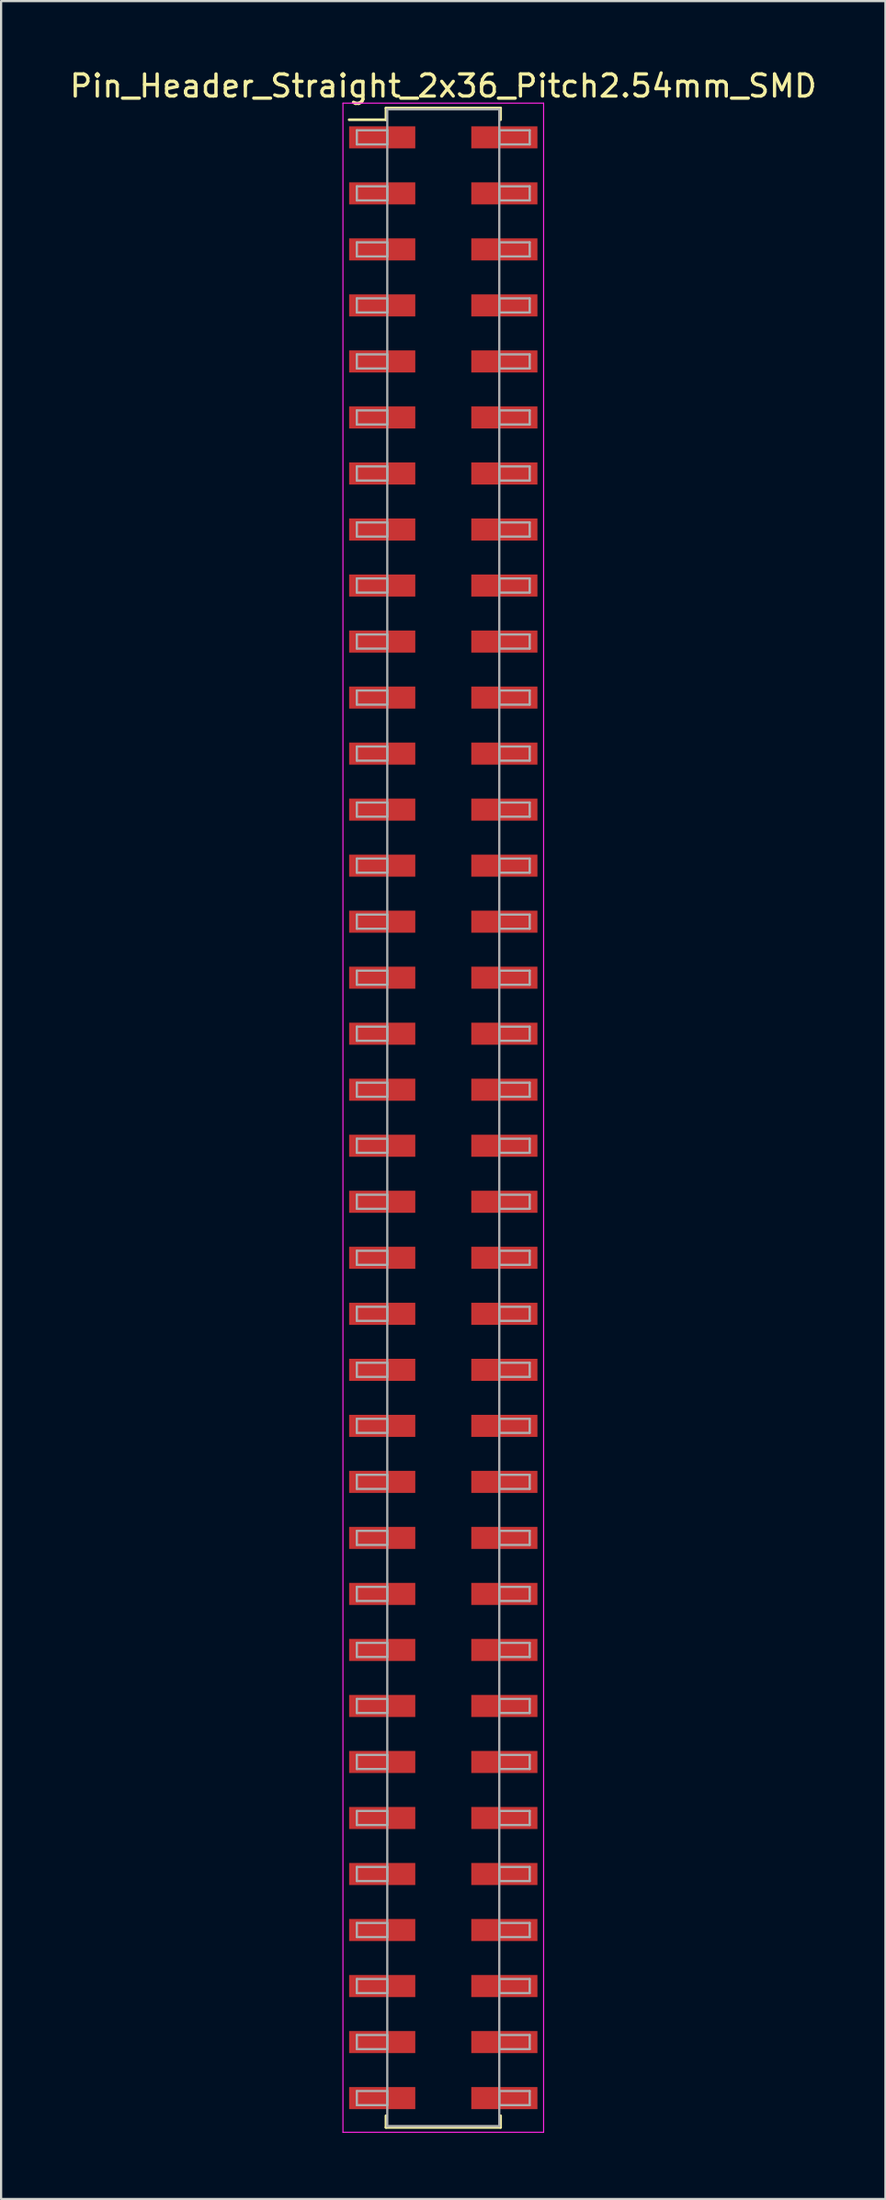
<source format=kicad_pcb>
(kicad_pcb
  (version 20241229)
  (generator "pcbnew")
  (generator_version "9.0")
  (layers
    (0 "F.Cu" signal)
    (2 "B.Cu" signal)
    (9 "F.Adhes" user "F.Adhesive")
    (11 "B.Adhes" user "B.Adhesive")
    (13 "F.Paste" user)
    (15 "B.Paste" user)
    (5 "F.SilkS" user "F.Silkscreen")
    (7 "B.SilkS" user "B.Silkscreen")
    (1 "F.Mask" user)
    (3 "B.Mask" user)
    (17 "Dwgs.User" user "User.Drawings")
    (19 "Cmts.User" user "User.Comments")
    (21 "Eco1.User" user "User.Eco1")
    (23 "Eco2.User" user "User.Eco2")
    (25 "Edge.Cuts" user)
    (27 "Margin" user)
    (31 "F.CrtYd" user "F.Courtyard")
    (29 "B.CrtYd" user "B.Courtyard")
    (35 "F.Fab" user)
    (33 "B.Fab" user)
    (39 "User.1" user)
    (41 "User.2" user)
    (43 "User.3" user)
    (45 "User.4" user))
  (footprint "Pin_Header_Straight_2x36_Pitch2.54mm_SMD"
    (layer "F.Cu")
    (at 17.054 47.628)
    (property "Reference" "Pin_Header_Straight_2x36_Pitch2.54mm_SMD" (at 0 -46.78 0) (layer "F.SilkS") (effects (font (size 1 1) (thickness 0.15))))
    (attr smd)
    (fp_line (start -4.27 -45.25) (end -2.6 -45.25) (stroke (width 0.12) (type solid)) (layer "F.SilkS"))
    (fp_line (start -2.6 -45.78) (end 2.6 -45.78) (stroke (width 0.12) (type solid)) (layer "F.SilkS"))
    (fp_line (start -2.6 -45.25) (end -2.6 -45.78) (stroke (width 0.12) (type solid)) (layer "F.SilkS"))
    (fp_line (start -2.6 45.25) (end -2.6 45.78) (stroke (width 0.12) (type solid)) (layer "F.SilkS"))
    (fp_line (start -2.6 45.78) (end 2.6 45.78) (stroke (width 0.12) (type solid)) (layer "F.SilkS"))
    (fp_line (start 2.6 -45.78) (end 2.6 -45.25) (stroke (width 0.12) (type solid)) (layer "F.SilkS"))
    (fp_line (start 2.6 45.78) (end 2.6 45.25) (stroke (width 0.12) (type solid)) (layer "F.SilkS"))
    (fp_line (start -4.55 -46) (end -4.55 46) (stroke (width 0.05) (type solid)) (layer "F.CrtYd"))
    (fp_line (start -4.55 46) (end 4.55 46) (stroke (width 0.05) (type solid)) (layer "F.CrtYd"))
    (fp_line (start 4.55 -46) (end -4.55 -46) (stroke (width 0.05) (type solid)) (layer "F.CrtYd"))
    (fp_line (start 4.55 46) (end 4.55 -46) (stroke (width 0.05) (type solid)) (layer "F.CrtYd"))
    (fp_line (start -3.92 -44.77) (end -2.54 -44.77) (stroke (width 0.1) (type solid)) (layer "F.Fab"))
    (fp_line (start -3.92 -44.13) (end -3.92 -44.77) (stroke (width 0.1) (type solid)) (layer "F.Fab"))
    (fp_line (start -3.92 -42.23) (end -2.54 -42.23) (stroke (width 0.1) (type solid)) (layer "F.Fab"))
    (fp_line (start -3.92 -41.59) (end -3.92 -42.23) (stroke (width 0.1) (type solid)) (layer "F.Fab"))
    (fp_line (start -3.92 -39.69) (end -2.54 -39.69) (stroke (width 0.1) (type solid)) (layer "F.Fab"))
    (fp_line (start -3.92 -39.05) (end -3.92 -39.69) (stroke (width 0.1) (type solid)) (layer "F.Fab"))
    (fp_line (start -3.92 -37.15) (end -2.54 -37.15) (stroke (width 0.1) (type solid)) (layer "F.Fab"))
    (fp_line (start -3.92 -36.51) (end -3.92 -37.15) (stroke (width 0.1) (type solid)) (layer "F.Fab"))
    (fp_line (start -3.92 -34.61) (end -2.54 -34.61) (stroke (width 0.1) (type solid)) (layer "F.Fab"))
    (fp_line (start -3.92 -33.97) (end -3.92 -34.61) (stroke (width 0.1) (type solid)) (layer "F.Fab"))
    (fp_line (start -3.92 -32.07) (end -2.54 -32.07) (stroke (width 0.1) (type solid)) (layer "F.Fab"))
    (fp_line (start -3.92 -31.43) (end -3.92 -32.07) (stroke (width 0.1) (type solid)) (layer "F.Fab"))
    (fp_line (start -3.92 -29.53) (end -2.54 -29.53) (stroke (width 0.1) (type solid)) (layer "F.Fab"))
    (fp_line (start -3.92 -28.89) (end -3.92 -29.53) (stroke (width 0.1) (type solid)) (layer "F.Fab"))
    (fp_line (start -3.92 -26.99) (end -2.54 -26.99) (stroke (width 0.1) (type solid)) (layer "F.Fab"))
    (fp_line (start -3.92 -26.35) (end -3.92 -26.99) (stroke (width 0.1) (type solid)) (layer "F.Fab"))
    (fp_line (start -3.92 -24.45) (end -2.54 -24.45) (stroke (width 0.1) (type solid)) (layer "F.Fab"))
    (fp_line (start -3.92 -23.81) (end -3.92 -24.45) (stroke (width 0.1) (type solid)) (layer "F.Fab"))
    (fp_line (start -3.92 -21.91) (end -2.54 -21.91) (stroke (width 0.1) (type solid)) (layer "F.Fab"))
    (fp_line (start -3.92 -21.27) (end -3.92 -21.91) (stroke (width 0.1) (type solid)) (layer "F.Fab"))
    (fp_line (start -3.92 -19.37) (end -2.54 -19.37) (stroke (width 0.1) (type solid)) (layer "F.Fab"))
    (fp_line (start -3.92 -18.73) (end -3.92 -19.37) (stroke (width 0.1) (type solid)) (layer "F.Fab"))
    (fp_line (start -3.92 -16.83) (end -2.54 -16.83) (stroke (width 0.1) (type solid)) (layer "F.Fab"))
    (fp_line (start -3.92 -16.19) (end -3.92 -16.83) (stroke (width 0.1) (type solid)) (layer "F.Fab"))
    (fp_line (start -3.92 -14.29) (end -2.54 -14.29) (stroke (width 0.1) (type solid)) (layer "F.Fab"))
    (fp_line (start -3.92 -13.65) (end -3.92 -14.29) (stroke (width 0.1) (type solid)) (layer "F.Fab"))
    (fp_line (start -3.92 -11.75) (end -2.54 -11.75) (stroke (width 0.1) (type solid)) (layer "F.Fab"))
    (fp_line (start -3.92 -11.11) (end -3.92 -11.75) (stroke (width 0.1) (type solid)) (layer "F.Fab"))
    (fp_line (start -3.92 -9.21) (end -2.54 -9.21) (stroke (width 0.1) (type solid)) (layer "F.Fab"))
    (fp_line (start -3.92 -8.57) (end -3.92 -9.21) (stroke (width 0.1) (type solid)) (layer "F.Fab"))
    (fp_line (start -3.92 -6.67) (end -2.54 -6.67) (stroke (width 0.1) (type solid)) (layer "F.Fab"))
    (fp_line (start -3.92 -6.03) (end -3.92 -6.67) (stroke (width 0.1) (type solid)) (layer "F.Fab"))
    (fp_line (start -3.92 -4.13) (end -2.54 -4.13) (stroke (width 0.1) (type solid)) (layer "F.Fab"))
    (fp_line (start -3.92 -3.49) (end -3.92 -4.13) (stroke (width 0.1) (type solid)) (layer "F.Fab"))
    (fp_line (start -3.92 -1.59) (end -2.54 -1.59) (stroke (width 0.1) (type solid)) (layer "F.Fab"))
    (fp_line (start -3.92 -0.95) (end -3.92 -1.59) (stroke (width 0.1) (type solid)) (layer "F.Fab"))
    (fp_line (start -3.92 0.95) (end -2.54 0.95) (stroke (width 0.1) (type solid)) (layer "F.Fab"))
    (fp_line (start -3.92 1.59) (end -3.92 0.95) (stroke (width 0.1) (type solid)) (layer "F.Fab"))
    (fp_line (start -3.92 3.49) (end -2.54 3.49) (stroke (width 0.1) (type solid)) (layer "F.Fab"))
    (fp_line (start -3.92 4.13) (end -3.92 3.49) (stroke (width 0.1) (type solid)) (layer "F.Fab"))
    (fp_line (start -3.92 6.03) (end -2.54 6.03) (stroke (width 0.1) (type solid)) (layer "F.Fab"))
    (fp_line (start -3.92 6.67) (end -3.92 6.03) (stroke (width 0.1) (type solid)) (layer "F.Fab"))
    (fp_line (start -3.92 8.57) (end -2.54 8.57) (stroke (width 0.1) (type solid)) (layer "F.Fab"))
    (fp_line (start -3.92 9.21) (end -3.92 8.57) (stroke (width 0.1) (type solid)) (layer "F.Fab"))
    (fp_line (start -3.92 11.11) (end -2.54 11.11) (stroke (width 0.1) (type solid)) (layer "F.Fab"))
    (fp_line (start -3.92 11.75) (end -3.92 11.11) (stroke (width 0.1) (type solid)) (layer "F.Fab"))
    (fp_line (start -3.92 13.65) (end -2.54 13.65) (stroke (width 0.1) (type solid)) (layer "F.Fab"))
    (fp_line (start -3.92 14.29) (end -3.92 13.65) (stroke (width 0.1) (type solid)) (layer "F.Fab"))
    (fp_line (start -3.92 16.19) (end -2.54 16.19) (stroke (width 0.1) (type solid)) (layer "F.Fab"))
    (fp_line (start -3.92 16.83) (end -3.92 16.19) (stroke (width 0.1) (type solid)) (layer "F.Fab"))
    (fp_line (start -3.92 18.73) (end -2.54 18.73) (stroke (width 0.1) (type solid)) (layer "F.Fab"))
    (fp_line (start -3.92 19.37) (end -3.92 18.73) (stroke (width 0.1) (type solid)) (layer "F.Fab"))
    (fp_line (start -3.92 21.27) (end -2.54 21.27) (stroke (width 0.1) (type solid)) (layer "F.Fab"))
    (fp_line (start -3.92 21.91) (end -3.92 21.27) (stroke (width 0.1) (type solid)) (layer "F.Fab"))
    (fp_line (start -3.92 23.81) (end -2.54 23.81) (stroke (width 0.1) (type solid)) (layer "F.Fab"))
    (fp_line (start -3.92 24.45) (end -3.92 23.81) (stroke (width 0.1) (type solid)) (layer "F.Fab"))
    (fp_line (start -3.92 26.35) (end -2.54 26.35) (stroke (width 0.1) (type solid)) (layer "F.Fab"))
    (fp_line (start -3.92 26.99) (end -3.92 26.35) (stroke (width 0.1) (type solid)) (layer "F.Fab"))
    (fp_line (start -3.92 28.89) (end -2.54 28.89) (stroke (width 0.1) (type solid)) (layer "F.Fab"))
    (fp_line (start -3.92 29.53) (end -3.92 28.89) (stroke (width 0.1) (type solid)) (layer "F.Fab"))
    (fp_line (start -3.92 31.43) (end -2.54 31.43) (stroke (width 0.1) (type solid)) (layer "F.Fab"))
    (fp_line (start -3.92 32.07) (end -3.92 31.43) (stroke (width 0.1) (type solid)) (layer "F.Fab"))
    (fp_line (start -3.92 33.97) (end -2.54 33.97) (stroke (width 0.1) (type solid)) (layer "F.Fab"))
    (fp_line (start -3.92 34.61) (end -3.92 33.97) (stroke (width 0.1) (type solid)) (layer "F.Fab"))
    (fp_line (start -3.92 36.51) (end -2.54 36.51) (stroke (width 0.1) (type solid)) (layer "F.Fab"))
    (fp_line (start -3.92 37.15) (end -3.92 36.51) (stroke (width 0.1) (type solid)) (layer "F.Fab"))
    (fp_line (start -3.92 39.05) (end -2.54 39.05) (stroke (width 0.1) (type solid)) (layer "F.Fab"))
    (fp_line (start -3.92 39.69) (end -3.92 39.05) (stroke (width 0.1) (type solid)) (layer "F.Fab"))
    (fp_line (start -3.92 41.59) (end -2.54 41.59) (stroke (width 0.1) (type solid)) (layer "F.Fab"))
    (fp_line (start -3.92 42.23) (end -3.92 41.59) (stroke (width 0.1) (type solid)) (layer "F.Fab"))
    (fp_line (start -3.92 44.13) (end -2.54 44.13) (stroke (width 0.1) (type solid)) (layer "F.Fab"))
    (fp_line (start -3.92 44.77) (end -3.92 44.13) (stroke (width 0.1) (type solid)) (layer "F.Fab"))
    (fp_line (start -2.54 -45.72) (end -2.54 45.72) (stroke (width 0.1) (type solid)) (layer "F.Fab"))
    (fp_line (start -2.54 -44.77) (end -2.54 -44.13) (stroke (width 0.1) (type solid)) (layer "F.Fab"))
    (fp_line (start -2.54 -44.13) (end -3.92 -44.13) (stroke (width 0.1) (type solid)) (layer "F.Fab"))
    (fp_line (start -2.54 -42.23) (end -2.54 -41.59) (stroke (width 0.1) (type solid)) (layer "F.Fab"))
    (fp_line (start -2.54 -41.59) (end -3.92 -41.59) (stroke (width 0.1) (type solid)) (layer "F.Fab"))
    (fp_line (start -2.54 -39.69) (end -2.54 -39.05) (stroke (width 0.1) (type solid)) (layer "F.Fab"))
    (fp_line (start -2.54 -39.05) (end -3.92 -39.05) (stroke (width 0.1) (type solid)) (layer "F.Fab"))
    (fp_line (start -2.54 -37.15) (end -2.54 -36.51) (stroke (width 0.1) (type solid)) (layer "F.Fab"))
    (fp_line (start -2.54 -36.51) (end -3.92 -36.51) (stroke (width 0.1) (type solid)) (layer "F.Fab"))
    (fp_line (start -2.54 -34.61) (end -2.54 -33.97) (stroke (width 0.1) (type solid)) (layer "F.Fab"))
    (fp_line (start -2.54 -33.97) (end -3.92 -33.97) (stroke (width 0.1) (type solid)) (layer "F.Fab"))
    (fp_line (start -2.54 -32.07) (end -2.54 -31.43) (stroke (width 0.1) (type solid)) (layer "F.Fab"))
    (fp_line (start -2.54 -31.43) (end -3.92 -31.43) (stroke (width 0.1) (type solid)) (layer "F.Fab"))
    (fp_line (start -2.54 -29.53) (end -2.54 -28.89) (stroke (width 0.1) (type solid)) (layer "F.Fab"))
    (fp_line (start -2.54 -28.89) (end -3.92 -28.89) (stroke (width 0.1) (type solid)) (layer "F.Fab"))
    (fp_line (start -2.54 -26.99) (end -2.54 -26.35) (stroke (width 0.1) (type solid)) (layer "F.Fab"))
    (fp_line (start -2.54 -26.35) (end -3.92 -26.35) (stroke (width 0.1) (type solid)) (layer "F.Fab"))
    (fp_line (start -2.54 -24.45) (end -2.54 -23.81) (stroke (width 0.1) (type solid)) (layer "F.Fab"))
    (fp_line (start -2.54 -23.81) (end -3.92 -23.81) (stroke (width 0.1) (type solid)) (layer "F.Fab"))
    (fp_line (start -2.54 -21.91) (end -2.54 -21.27) (stroke (width 0.1) (type solid)) (layer "F.Fab"))
    (fp_line (start -2.54 -21.27) (end -3.92 -21.27) (stroke (width 0.1) (type solid)) (layer "F.Fab"))
    (fp_line (start -2.54 -19.37) (end -2.54 -18.73) (stroke (width 0.1) (type solid)) (layer "F.Fab"))
    (fp_line (start -2.54 -18.73) (end -3.92 -18.73) (stroke (width 0.1) (type solid)) (layer "F.Fab"))
    (fp_line (start -2.54 -16.83) (end -2.54 -16.19) (stroke (width 0.1) (type solid)) (layer "F.Fab"))
    (fp_line (start -2.54 -16.19) (end -3.92 -16.19) (stroke (width 0.1) (type solid)) (layer "F.Fab"))
    (fp_line (start -2.54 -14.29) (end -2.54 -13.65) (stroke (width 0.1) (type solid)) (layer "F.Fab"))
    (fp_line (start -2.54 -13.65) (end -3.92 -13.65) (stroke (width 0.1) (type solid)) (layer "F.Fab"))
    (fp_line (start -2.54 -11.75) (end -2.54 -11.11) (stroke (width 0.1) (type solid)) (layer "F.Fab"))
    (fp_line (start -2.54 -11.11) (end -3.92 -11.11) (stroke (width 0.1) (type solid)) (layer "F.Fab"))
    (fp_line (start -2.54 -9.21) (end -2.54 -8.57) (stroke (width 0.1) (type solid)) (layer "F.Fab"))
    (fp_line (start -2.54 -8.57) (end -3.92 -8.57) (stroke (width 0.1) (type solid)) (layer "F.Fab"))
    (fp_line (start -2.54 -6.67) (end -2.54 -6.03) (stroke (width 0.1) (type solid)) (layer "F.Fab"))
    (fp_line (start -2.54 -6.03) (end -3.92 -6.03) (stroke (width 0.1) (type solid)) (layer "F.Fab"))
    (fp_line (start -2.54 -4.13) (end -2.54 -3.49) (stroke (width 0.1) (type solid)) (layer "F.Fab"))
    (fp_line (start -2.54 -3.49) (end -3.92 -3.49) (stroke (width 0.1) (type solid)) (layer "F.Fab"))
    (fp_line (start -2.54 -1.59) (end -2.54 -0.95) (stroke (width 0.1) (type solid)) (layer "F.Fab"))
    (fp_line (start -2.54 -0.95) (end -3.92 -0.95) (stroke (width 0.1) (type solid)) (layer "F.Fab"))
    (fp_line (start -2.54 0.95) (end -2.54 1.59) (stroke (width 0.1) (type solid)) (layer "F.Fab"))
    (fp_line (start -2.54 1.59) (end -3.92 1.59) (stroke (width 0.1) (type solid)) (layer "F.Fab"))
    (fp_line (start -2.54 3.49) (end -2.54 4.13) (stroke (width 0.1) (type solid)) (layer "F.Fab"))
    (fp_line (start -2.54 4.13) (end -3.92 4.13) (stroke (width 0.1) (type solid)) (layer "F.Fab"))
    (fp_line (start -2.54 6.03) (end -2.54 6.67) (stroke (width 0.1) (type solid)) (layer "F.Fab"))
    (fp_line (start -2.54 6.67) (end -3.92 6.67) (stroke (width 0.1) (type solid)) (layer "F.Fab"))
    (fp_line (start -2.54 8.57) (end -2.54 9.21) (stroke (width 0.1) (type solid)) (layer "F.Fab"))
    (fp_line (start -2.54 9.21) (end -3.92 9.21) (stroke (width 0.1) (type solid)) (layer "F.Fab"))
    (fp_line (start -2.54 11.11) (end -2.54 11.75) (stroke (width 0.1) (type solid)) (layer "F.Fab"))
    (fp_line (start -2.54 11.75) (end -3.92 11.75) (stroke (width 0.1) (type solid)) (layer "F.Fab"))
    (fp_line (start -2.54 13.65) (end -2.54 14.29) (stroke (width 0.1) (type solid)) (layer "F.Fab"))
    (fp_line (start -2.54 14.29) (end -3.92 14.29) (stroke (width 0.1) (type solid)) (layer "F.Fab"))
    (fp_line (start -2.54 16.19) (end -2.54 16.83) (stroke (width 0.1) (type solid)) (layer "F.Fab"))
    (fp_line (start -2.54 16.83) (end -3.92 16.83) (stroke (width 0.1) (type solid)) (layer "F.Fab"))
    (fp_line (start -2.54 18.73) (end -2.54 19.37) (stroke (width 0.1) (type solid)) (layer "F.Fab"))
    (fp_line (start -2.54 19.37) (end -3.92 19.37) (stroke (width 0.1) (type solid)) (layer "F.Fab"))
    (fp_line (start -2.54 21.27) (end -2.54 21.91) (stroke (width 0.1) (type solid)) (layer "F.Fab"))
    (fp_line (start -2.54 21.91) (end -3.92 21.91) (stroke (width 0.1) (type solid)) (layer "F.Fab"))
    (fp_line (start -2.54 23.81) (end -2.54 24.45) (stroke (width 0.1) (type solid)) (layer "F.Fab"))
    (fp_line (start -2.54 24.45) (end -3.92 24.45) (stroke (width 0.1) (type solid)) (layer "F.Fab"))
    (fp_line (start -2.54 26.35) (end -2.54 26.99) (stroke (width 0.1) (type solid)) (layer "F.Fab"))
    (fp_line (start -2.54 26.99) (end -3.92 26.99) (stroke (width 0.1) (type solid)) (layer "F.Fab"))
    (fp_line (start -2.54 28.89) (end -2.54 29.53) (stroke (width 0.1) (type solid)) (layer "F.Fab"))
    (fp_line (start -2.54 29.53) (end -3.92 29.53) (stroke (width 0.1) (type solid)) (layer "F.Fab"))
    (fp_line (start -2.54 31.43) (end -2.54 32.07) (stroke (width 0.1) (type solid)) (layer "F.Fab"))
    (fp_line (start -2.54 32.07) (end -3.92 32.07) (stroke (width 0.1) (type solid)) (layer "F.Fab"))
    (fp_line (start -2.54 33.97) (end -2.54 34.61) (stroke (width 0.1) (type solid)) (layer "F.Fab"))
    (fp_line (start -2.54 34.61) (end -3.92 34.61) (stroke (width 0.1) (type solid)) (layer "F.Fab"))
    (fp_line (start -2.54 36.51) (end -2.54 37.15) (stroke (width 0.1) (type solid)) (layer "F.Fab"))
    (fp_line (start -2.54 37.15) (end -3.92 37.15) (stroke (width 0.1) (type solid)) (layer "F.Fab"))
    (fp_line (start -2.54 39.05) (end -2.54 39.69) (stroke (width 0.1) (type solid)) (layer "F.Fab"))
    (fp_line (start -2.54 39.69) (end -3.92 39.69) (stroke (width 0.1) (type solid)) (layer "F.Fab"))
    (fp_line (start -2.54 41.59) (end -2.54 42.23) (stroke (width 0.1) (type solid)) (layer "F.Fab"))
    (fp_line (start -2.54 42.23) (end -3.92 42.23) (stroke (width 0.1) (type solid)) (layer "F.Fab"))
    (fp_line (start -2.54 44.13) (end -2.54 44.77) (stroke (width 0.1) (type solid)) (layer "F.Fab"))
    (fp_line (start -2.54 44.77) (end -3.92 44.77) (stroke (width 0.1) (type solid)) (layer "F.Fab"))
    (fp_line (start -2.54 45.72) (end 2.54 45.72) (stroke (width 0.1) (type solid)) (layer "F.Fab"))
    (fp_line (start 2.54 -45.72) (end -2.54 -45.72) (stroke (width 0.1) (type solid)) (layer "F.Fab"))
    (fp_line (start 2.54 -44.77) (end 2.54 -44.13) (stroke (width 0.1) (type solid)) (layer "F.Fab"))
    (fp_line (start 2.54 -44.13) (end 3.92 -44.13) (stroke (width 0.1) (type solid)) (layer "F.Fab"))
    (fp_line (start 2.54 -42.23) (end 2.54 -41.59) (stroke (width 0.1) (type solid)) (layer "F.Fab"))
    (fp_line (start 2.54 -41.59) (end 3.92 -41.59) (stroke (width 0.1) (type solid)) (layer "F.Fab"))
    (fp_line (start 2.54 -39.69) (end 2.54 -39.05) (stroke (width 0.1) (type solid)) (layer "F.Fab"))
    (fp_line (start 2.54 -39.05) (end 3.92 -39.05) (stroke (width 0.1) (type solid)) (layer "F.Fab"))
    (fp_line (start 2.54 -37.15) (end 2.54 -36.51) (stroke (width 0.1) (type solid)) (layer "F.Fab"))
    (fp_line (start 2.54 -36.51) (end 3.92 -36.51) (stroke (width 0.1) (type solid)) (layer "F.Fab"))
    (fp_line (start 2.54 -34.61) (end 2.54 -33.97) (stroke (width 0.1) (type solid)) (layer "F.Fab"))
    (fp_line (start 2.54 -33.97) (end 3.92 -33.97) (stroke (width 0.1) (type solid)) (layer "F.Fab"))
    (fp_line (start 2.54 -32.07) (end 2.54 -31.43) (stroke (width 0.1) (type solid)) (layer "F.Fab"))
    (fp_line (start 2.54 -31.43) (end 3.92 -31.43) (stroke (width 0.1) (type solid)) (layer "F.Fab"))
    (fp_line (start 2.54 -29.53) (end 2.54 -28.89) (stroke (width 0.1) (type solid)) (layer "F.Fab"))
    (fp_line (start 2.54 -28.89) (end 3.92 -28.89) (stroke (width 0.1) (type solid)) (layer "F.Fab"))
    (fp_line (start 2.54 -26.99) (end 2.54 -26.35) (stroke (width 0.1) (type solid)) (layer "F.Fab"))
    (fp_line (start 2.54 -26.35) (end 3.92 -26.35) (stroke (width 0.1) (type solid)) (layer "F.Fab"))
    (fp_line (start 2.54 -24.45) (end 2.54 -23.81) (stroke (width 0.1) (type solid)) (layer "F.Fab"))
    (fp_line (start 2.54 -23.81) (end 3.92 -23.81) (stroke (width 0.1) (type solid)) (layer "F.Fab"))
    (fp_line (start 2.54 -21.91) (end 2.54 -21.27) (stroke (width 0.1) (type solid)) (layer "F.Fab"))
    (fp_line (start 2.54 -21.27) (end 3.92 -21.27) (stroke (width 0.1) (type solid)) (layer "F.Fab"))
    (fp_line (start 2.54 -19.37) (end 2.54 -18.73) (stroke (width 0.1) (type solid)) (layer "F.Fab"))
    (fp_line (start 2.54 -18.73) (end 3.92 -18.73) (stroke (width 0.1) (type solid)) (layer "F.Fab"))
    (fp_line (start 2.54 -16.83) (end 2.54 -16.19) (stroke (width 0.1) (type solid)) (layer "F.Fab"))
    (fp_line (start 2.54 -16.19) (end 3.92 -16.19) (stroke (width 0.1) (type solid)) (layer "F.Fab"))
    (fp_line (start 2.54 -14.29) (end 2.54 -13.65) (stroke (width 0.1) (type solid)) (layer "F.Fab"))
    (fp_line (start 2.54 -13.65) (end 3.92 -13.65) (stroke (width 0.1) (type solid)) (layer "F.Fab"))
    (fp_line (start 2.54 -11.75) (end 2.54 -11.11) (stroke (width 0.1) (type solid)) (layer "F.Fab"))
    (fp_line (start 2.54 -11.11) (end 3.92 -11.11) (stroke (width 0.1) (type solid)) (layer "F.Fab"))
    (fp_line (start 2.54 -9.21) (end 2.54 -8.57) (stroke (width 0.1) (type solid)) (layer "F.Fab"))
    (fp_line (start 2.54 -8.57) (end 3.92 -8.57) (stroke (width 0.1) (type solid)) (layer "F.Fab"))
    (fp_line (start 2.54 -6.67) (end 2.54 -6.03) (stroke (width 0.1) (type solid)) (layer "F.Fab"))
    (fp_line (start 2.54 -6.03) (end 3.92 -6.03) (stroke (width 0.1) (type solid)) (layer "F.Fab"))
    (fp_line (start 2.54 -4.13) (end 2.54 -3.49) (stroke (width 0.1) (type solid)) (layer "F.Fab"))
    (fp_line (start 2.54 -3.49) (end 3.92 -3.49) (stroke (width 0.1) (type solid)) (layer "F.Fab"))
    (fp_line (start 2.54 -1.59) (end 2.54 -0.95) (stroke (width 0.1) (type solid)) (layer "F.Fab"))
    (fp_line (start 2.54 -0.95) (end 3.92 -0.95) (stroke (width 0.1) (type solid)) (layer "F.Fab"))
    (fp_line (start 2.54 0.95) (end 2.54 1.59) (stroke (width 0.1) (type solid)) (layer "F.Fab"))
    (fp_line (start 2.54 1.59) (end 3.92 1.59) (stroke (width 0.1) (type solid)) (layer "F.Fab"))
    (fp_line (start 2.54 3.49) (end 2.54 4.13) (stroke (width 0.1) (type solid)) (layer "F.Fab"))
    (fp_line (start 2.54 4.13) (end 3.92 4.13) (stroke (width 0.1) (type solid)) (layer "F.Fab"))
    (fp_line (start 2.54 6.03) (end 2.54 6.67) (stroke (width 0.1) (type solid)) (layer "F.Fab"))
    (fp_line (start 2.54 6.67) (end 3.92 6.67) (stroke (width 0.1) (type solid)) (layer "F.Fab"))
    (fp_line (start 2.54 8.57) (end 2.54 9.21) (stroke (width 0.1) (type solid)) (layer "F.Fab"))
    (fp_line (start 2.54 9.21) (end 3.92 9.21) (stroke (width 0.1) (type solid)) (layer "F.Fab"))
    (fp_line (start 2.54 11.11) (end 2.54 11.75) (stroke (width 0.1) (type solid)) (layer "F.Fab"))
    (fp_line (start 2.54 11.75) (end 3.92 11.75) (stroke (width 0.1) (type solid)) (layer "F.Fab"))
    (fp_line (start 2.54 13.65) (end 2.54 14.29) (stroke (width 0.1) (type solid)) (layer "F.Fab"))
    (fp_line (start 2.54 14.29) (end 3.92 14.29) (stroke (width 0.1) (type solid)) (layer "F.Fab"))
    (fp_line (start 2.54 16.19) (end 2.54 16.83) (stroke (width 0.1) (type solid)) (layer "F.Fab"))
    (fp_line (start 2.54 16.83) (end 3.92 16.83) (stroke (width 0.1) (type solid)) (layer "F.Fab"))
    (fp_line (start 2.54 18.73) (end 2.54 19.37) (stroke (width 0.1) (type solid)) (layer "F.Fab"))
    (fp_line (start 2.54 19.37) (end 3.92 19.37) (stroke (width 0.1) (type solid)) (layer "F.Fab"))
    (fp_line (start 2.54 21.27) (end 2.54 21.91) (stroke (width 0.1) (type solid)) (layer "F.Fab"))
    (fp_line (start 2.54 21.91) (end 3.92 21.91) (stroke (width 0.1) (type solid)) (layer "F.Fab"))
    (fp_line (start 2.54 23.81) (end 2.54 24.45) (stroke (width 0.1) (type solid)) (layer "F.Fab"))
    (fp_line (start 2.54 24.45) (end 3.92 24.45) (stroke (width 0.1) (type solid)) (layer "F.Fab"))
    (fp_line (start 2.54 26.35) (end 2.54 26.99) (stroke (width 0.1) (type solid)) (layer "F.Fab"))
    (fp_line (start 2.54 26.99) (end 3.92 26.99) (stroke (width 0.1) (type solid)) (layer "F.Fab"))
    (fp_line (start 2.54 28.89) (end 2.54 29.53) (stroke (width 0.1) (type solid)) (layer "F.Fab"))
    (fp_line (start 2.54 29.53) (end 3.92 29.53) (stroke (width 0.1) (type solid)) (layer "F.Fab"))
    (fp_line (start 2.54 31.43) (end 2.54 32.07) (stroke (width 0.1) (type solid)) (layer "F.Fab"))
    (fp_line (start 2.54 32.07) (end 3.92 32.07) (stroke (width 0.1) (type solid)) (layer "F.Fab"))
    (fp_line (start 2.54 33.97) (end 2.54 34.61) (stroke (width 0.1) (type solid)) (layer "F.Fab"))
    (fp_line (start 2.54 34.61) (end 3.92 34.61) (stroke (width 0.1) (type solid)) (layer "F.Fab"))
    (fp_line (start 2.54 36.51) (end 2.54 37.15) (stroke (width 0.1) (type solid)) (layer "F.Fab"))
    (fp_line (start 2.54 37.15) (end 3.92 37.15) (stroke (width 0.1) (type solid)) (layer "F.Fab"))
    (fp_line (start 2.54 39.05) (end 2.54 39.69) (stroke (width 0.1) (type solid)) (layer "F.Fab"))
    (fp_line (start 2.54 39.69) (end 3.92 39.69) (stroke (width 0.1) (type solid)) (layer "F.Fab"))
    (fp_line (start 2.54 41.59) (end 2.54 42.23) (stroke (width 0.1) (type solid)) (layer "F.Fab"))
    (fp_line (start 2.54 42.23) (end 3.92 42.23) (stroke (width 0.1) (type solid)) (layer "F.Fab"))
    (fp_line (start 2.54 44.13) (end 2.54 44.77) (stroke (width 0.1) (type solid)) (layer "F.Fab"))
    (fp_line (start 2.54 44.77) (end 3.92 44.77) (stroke (width 0.1) (type solid)) (layer "F.Fab"))
    (fp_line (start 2.54 45.72) (end 2.54 -45.72) (stroke (width 0.1) (type solid)) (layer "F.Fab"))
    (fp_line (start 3.92 -44.77) (end 2.54 -44.77) (stroke (width 0.1) (type solid)) (layer "F.Fab"))
    (fp_line (start 3.92 -44.13) (end 3.92 -44.77) (stroke (width 0.1) (type solid)) (layer "F.Fab"))
    (fp_line (start 3.92 -42.23) (end 2.54 -42.23) (stroke (width 0.1) (type solid)) (layer "F.Fab"))
    (fp_line (start 3.92 -41.59) (end 3.92 -42.23) (stroke (width 0.1) (type solid)) (layer "F.Fab"))
    (fp_line (start 3.92 -39.69) (end 2.54 -39.69) (stroke (width 0.1) (type solid)) (layer "F.Fab"))
    (fp_line (start 3.92 -39.05) (end 3.92 -39.69) (stroke (width 0.1) (type solid)) (layer "F.Fab"))
    (fp_line (start 3.92 -37.15) (end 2.54 -37.15) (stroke (width 0.1) (type solid)) (layer "F.Fab"))
    (fp_line (start 3.92 -36.51) (end 3.92 -37.15) (stroke (width 0.1) (type solid)) (layer "F.Fab"))
    (fp_line (start 3.92 -34.61) (end 2.54 -34.61) (stroke (width 0.1) (type solid)) (layer "F.Fab"))
    (fp_line (start 3.92 -33.97) (end 3.92 -34.61) (stroke (width 0.1) (type solid)) (layer "F.Fab"))
    (fp_line (start 3.92 -32.07) (end 2.54 -32.07) (stroke (width 0.1) (type solid)) (layer "F.Fab"))
    (fp_line (start 3.92 -31.43) (end 3.92 -32.07) (stroke (width 0.1) (type solid)) (layer "F.Fab"))
    (fp_line (start 3.92 -29.53) (end 2.54 -29.53) (stroke (width 0.1) (type solid)) (layer "F.Fab"))
    (fp_line (start 3.92 -28.89) (end 3.92 -29.53) (stroke (width 0.1) (type solid)) (layer "F.Fab"))
    (fp_line (start 3.92 -26.99) (end 2.54 -26.99) (stroke (width 0.1) (type solid)) (layer "F.Fab"))
    (fp_line (start 3.92 -26.35) (end 3.92 -26.99) (stroke (width 0.1) (type solid)) (layer "F.Fab"))
    (fp_line (start 3.92 -24.45) (end 2.54 -24.45) (stroke (width 0.1) (type solid)) (layer "F.Fab"))
    (fp_line (start 3.92 -23.81) (end 3.92 -24.45) (stroke (width 0.1) (type solid)) (layer "F.Fab"))
    (fp_line (start 3.92 -21.91) (end 2.54 -21.91) (stroke (width 0.1) (type solid)) (layer "F.Fab"))
    (fp_line (start 3.92 -21.27) (end 3.92 -21.91) (stroke (width 0.1) (type solid)) (layer "F.Fab"))
    (fp_line (start 3.92 -19.37) (end 2.54 -19.37) (stroke (width 0.1) (type solid)) (layer "F.Fab"))
    (fp_line (start 3.92 -18.73) (end 3.92 -19.37) (stroke (width 0.1) (type solid)) (layer "F.Fab"))
    (fp_line (start 3.92 -16.83) (end 2.54 -16.83) (stroke (width 0.1) (type solid)) (layer "F.Fab"))
    (fp_line (start 3.92 -16.19) (end 3.92 -16.83) (stroke (width 0.1) (type solid)) (layer "F.Fab"))
    (fp_line (start 3.92 -14.29) (end 2.54 -14.29) (stroke (width 0.1) (type solid)) (layer "F.Fab"))
    (fp_line (start 3.92 -13.65) (end 3.92 -14.29) (stroke (width 0.1) (type solid)) (layer "F.Fab"))
    (fp_line (start 3.92 -11.75) (end 2.54 -11.75) (stroke (width 0.1) (type solid)) (layer "F.Fab"))
    (fp_line (start 3.92 -11.11) (end 3.92 -11.75) (stroke (width 0.1) (type solid)) (layer "F.Fab"))
    (fp_line (start 3.92 -9.21) (end 2.54 -9.21) (stroke (width 0.1) (type solid)) (layer "F.Fab"))
    (fp_line (start 3.92 -8.57) (end 3.92 -9.21) (stroke (width 0.1) (type solid)) (layer "F.Fab"))
    (fp_line (start 3.92 -6.67) (end 2.54 -6.67) (stroke (width 0.1) (type solid)) (layer "F.Fab"))
    (fp_line (start 3.92 -6.03) (end 3.92 -6.67) (stroke (width 0.1) (type solid)) (layer "F.Fab"))
    (fp_line (start 3.92 -4.13) (end 2.54 -4.13) (stroke (width 0.1) (type solid)) (layer "F.Fab"))
    (fp_line (start 3.92 -3.49) (end 3.92 -4.13) (stroke (width 0.1) (type solid)) (layer "F.Fab"))
    (fp_line (start 3.92 -1.59) (end 2.54 -1.59) (stroke (width 0.1) (type solid)) (layer "F.Fab"))
    (fp_line (start 3.92 -0.95) (end 3.92 -1.59) (stroke (width 0.1) (type solid)) (layer "F.Fab"))
    (fp_line (start 3.92 0.95) (end 2.54 0.95) (stroke (width 0.1) (type solid)) (layer "F.Fab"))
    (fp_line (start 3.92 1.59) (end 3.92 0.95) (stroke (width 0.1) (type solid)) (layer "F.Fab"))
    (fp_line (start 3.92 3.49) (end 2.54 3.49) (stroke (width 0.1) (type solid)) (layer "F.Fab"))
    (fp_line (start 3.92 4.13) (end 3.92 3.49) (stroke (width 0.1) (type solid)) (layer "F.Fab"))
    (fp_line (start 3.92 6.03) (end 2.54 6.03) (stroke (width 0.1) (type solid)) (layer "F.Fab"))
    (fp_line (start 3.92 6.67) (end 3.92 6.03) (stroke (width 0.1) (type solid)) (layer "F.Fab"))
    (fp_line (start 3.92 8.57) (end 2.54 8.57) (stroke (width 0.1) (type solid)) (layer "F.Fab"))
    (fp_line (start 3.92 9.21) (end 3.92 8.57) (stroke (width 0.1) (type solid)) (layer "F.Fab"))
    (fp_line (start 3.92 11.11) (end 2.54 11.11) (stroke (width 0.1) (type solid)) (layer "F.Fab"))
    (fp_line (start 3.92 11.75) (end 3.92 11.11) (stroke (width 0.1) (type solid)) (layer "F.Fab"))
    (fp_line (start 3.92 13.65) (end 2.54 13.65) (stroke (width 0.1) (type solid)) (layer "F.Fab"))
    (fp_line (start 3.92 14.29) (end 3.92 13.65) (stroke (width 0.1) (type solid)) (layer "F.Fab"))
    (fp_line (start 3.92 16.19) (end 2.54 16.19) (stroke (width 0.1) (type solid)) (layer "F.Fab"))
    (fp_line (start 3.92 16.83) (end 3.92 16.19) (stroke (width 0.1) (type solid)) (layer "F.Fab"))
    (fp_line (start 3.92 18.73) (end 2.54 18.73) (stroke (width 0.1) (type solid)) (layer "F.Fab"))
    (fp_line (start 3.92 19.37) (end 3.92 18.73) (stroke (width 0.1) (type solid)) (layer "F.Fab"))
    (fp_line (start 3.92 21.27) (end 2.54 21.27) (stroke (width 0.1) (type solid)) (layer "F.Fab"))
    (fp_line (start 3.92 21.91) (end 3.92 21.27) (stroke (width 0.1) (type solid)) (layer "F.Fab"))
    (fp_line (start 3.92 23.81) (end 2.54 23.81) (stroke (width 0.1) (type solid)) (layer "F.Fab"))
    (fp_line (start 3.92 24.45) (end 3.92 23.81) (stroke (width 0.1) (type solid)) (layer "F.Fab"))
    (fp_line (start 3.92 26.35) (end 2.54 26.35) (stroke (width 0.1) (type solid)) (layer "F.Fab"))
    (fp_line (start 3.92 26.99) (end 3.92 26.35) (stroke (width 0.1) (type solid)) (layer "F.Fab"))
    (fp_line (start 3.92 28.89) (end 2.54 28.89) (stroke (width 0.1) (type solid)) (layer "F.Fab"))
    (fp_line (start 3.92 29.53) (end 3.92 28.89) (stroke (width 0.1) (type solid)) (layer "F.Fab"))
    (fp_line (start 3.92 31.43) (end 2.54 31.43) (stroke (width 0.1) (type solid)) (layer "F.Fab"))
    (fp_line (start 3.92 32.07) (end 3.92 31.43) (stroke (width 0.1) (type solid)) (layer "F.Fab"))
    (fp_line (start 3.92 33.97) (end 2.54 33.97) (stroke (width 0.1) (type solid)) (layer "F.Fab"))
    (fp_line (start 3.92 34.61) (end 3.92 33.97) (stroke (width 0.1) (type solid)) (layer "F.Fab"))
    (fp_line (start 3.92 36.51) (end 2.54 36.51) (stroke (width 0.1) (type solid)) (layer "F.Fab"))
    (fp_line (start 3.92 37.15) (end 3.92 36.51) (stroke (width 0.1) (type solid)) (layer "F.Fab"))
    (fp_line (start 3.92 39.05) (end 2.54 39.05) (stroke (width 0.1) (type solid)) (layer "F.Fab"))
    (fp_line (start 3.92 39.69) (end 3.92 39.05) (stroke (width 0.1) (type solid)) (layer "F.Fab"))
    (fp_line (start 3.92 41.59) (end 2.54 41.59) (stroke (width 0.1) (type solid)) (layer "F.Fab"))
    (fp_line (start 3.92 42.23) (end 3.92 41.59) (stroke (width 0.1) (type solid)) (layer "F.Fab"))
    (fp_line (start 3.92 44.13) (end 2.54 44.13) (stroke (width 0.1) (type solid)) (layer "F.Fab"))
    (fp_line (start 3.92 44.77) (end 3.92 44.13) (stroke (width 0.1) (type solid)) (layer "F.Fab"))
    (pad "1" smd rect (at -2.77 -44.45) (size 3 1) (layers "F.Cu" "F.Mask"))
    (pad "2" smd rect (at 2.77 -44.45) (size 3 1) (layers "F.Cu" "F.Mask"))
    (pad "3" smd rect (at -2.77 -41.91) (size 3 1) (layers "F.Cu" "F.Mask"))
    (pad "4" smd rect (at 2.77 -41.91) (size 3 1) (layers "F.Cu" "F.Mask"))
    (pad "5" smd rect (at -2.77 -39.37) (size 3 1) (layers "F.Cu" "F.Mask"))
    (pad "6" smd rect (at 2.77 -39.37) (size 3 1) (layers "F.Cu" "F.Mask"))
    (pad "7" smd rect (at -2.77 -36.83) (size 3 1) (layers "F.Cu" "F.Mask"))
    (pad "8" smd rect (at 2.77 -36.83) (size 3 1) (layers "F.Cu" "F.Mask"))
    (pad "9" smd rect (at -2.77 -34.29) (size 3 1) (layers "F.Cu" "F.Mask"))
    (pad "10" smd rect (at 2.77 -34.29) (size 3 1) (layers "F.Cu" "F.Mask"))
    (pad "11" smd rect (at -2.77 -31.75) (size 3 1) (layers "F.Cu" "F.Mask"))
    (pad "12" smd rect (at 2.77 -31.75) (size 3 1) (layers "F.Cu" "F.Mask"))
    (pad "13" smd rect (at -2.77 -29.21) (size 3 1) (layers "F.Cu" "F.Mask"))
    (pad "14" smd rect (at 2.77 -29.21) (size 3 1) (layers "F.Cu" "F.Mask"))
    (pad "15" smd rect (at -2.77 -26.67) (size 3 1) (layers "F.Cu" "F.Mask"))
    (pad "16" smd rect (at 2.77 -26.67) (size 3 1) (layers "F.Cu" "F.Mask"))
    (pad "17" smd rect (at -2.77 -24.13) (size 3 1) (layers "F.Cu" "F.Mask"))
    (pad "18" smd rect (at 2.77 -24.13) (size 3 1) (layers "F.Cu" "F.Mask"))
    (pad "19" smd rect (at -2.77 -21.59) (size 3 1) (layers "F.Cu" "F.Mask"))
    (pad "20" smd rect (at 2.77 -21.59) (size 3 1) (layers "F.Cu" "F.Mask"))
    (pad "21" smd rect (at -2.77 -19.05) (size 3 1) (layers "F.Cu" "F.Mask"))
    (pad "22" smd rect (at 2.77 -19.05) (size 3 1) (layers "F.Cu" "F.Mask"))
    (pad "23" smd rect (at -2.77 -16.51) (size 3 1) (layers "F.Cu" "F.Mask"))
    (pad "24" smd rect (at 2.77 -16.51) (size 3 1) (layers "F.Cu" "F.Mask"))
    (pad "25" smd rect (at -2.77 -13.97) (size 3 1) (layers "F.Cu" "F.Mask"))
    (pad "26" smd rect (at 2.77 -13.97) (size 3 1) (layers "F.Cu" "F.Mask"))
    (pad "27" smd rect (at -2.77 -11.43) (size 3 1) (layers "F.Cu" "F.Mask"))
    (pad "28" smd rect (at 2.77 -11.43) (size 3 1) (layers "F.Cu" "F.Mask"))
    (pad "29" smd rect (at -2.77 -8.89) (size 3 1) (layers "F.Cu" "F.Mask"))
    (pad "30" smd rect (at 2.77 -8.89) (size 3 1) (layers "F.Cu" "F.Mask"))
    (pad "31" smd rect (at -2.77 -6.35) (size 3 1) (layers "F.Cu" "F.Mask"))
    (pad "32" smd rect (at 2.77 -6.35) (size 3 1) (layers "F.Cu" "F.Mask"))
    (pad "33" smd rect (at -2.77 -3.81) (size 3 1) (layers "F.Cu" "F.Mask"))
    (pad "34" smd rect (at 2.77 -3.81) (size 3 1) (layers "F.Cu" "F.Mask"))
    (pad "35" smd rect (at -2.77 -1.27) (size 3 1) (layers "F.Cu" "F.Mask"))
    (pad "36" smd rect (at 2.77 -1.27) (size 3 1) (layers "F.Cu" "F.Mask"))
    (pad "37" smd rect (at -2.77 1.27) (size 3 1) (layers "F.Cu" "F.Mask"))
    (pad "38" smd rect (at 2.77 1.27) (size 3 1) (layers "F.Cu" "F.Mask"))
    (pad "39" smd rect (at -2.77 3.81) (size 3 1) (layers "F.Cu" "F.Mask"))
    (pad "40" smd rect (at 2.77 3.81) (size 3 1) (layers "F.Cu" "F.Mask"))
    (pad "41" smd rect (at -2.77 6.35) (size 3 1) (layers "F.Cu" "F.Mask"))
    (pad "42" smd rect (at 2.77 6.35) (size 3 1) (layers "F.Cu" "F.Mask"))
    (pad "43" smd rect (at -2.77 8.89) (size 3 1) (layers "F.Cu" "F.Mask"))
    (pad "44" smd rect (at 2.77 8.89) (size 3 1) (layers "F.Cu" "F.Mask"))
    (pad "45" smd rect (at -2.77 11.43) (size 3 1) (layers "F.Cu" "F.Mask"))
    (pad "46" smd rect (at 2.77 11.43) (size 3 1) (layers "F.Cu" "F.Mask"))
    (pad "47" smd rect (at -2.77 13.97) (size 3 1) (layers "F.Cu" "F.Mask"))
    (pad "48" smd rect (at 2.77 13.97) (size 3 1) (layers "F.Cu" "F.Mask"))
    (pad "49" smd rect (at -2.77 16.51) (size 3 1) (layers "F.Cu" "F.Mask"))
    (pad "50" smd rect (at 2.77 16.51) (size 3 1) (layers "F.Cu" "F.Mask"))
    (pad "51" smd rect (at -2.77 19.05) (size 3 1) (layers "F.Cu" "F.Mask"))
    (pad "52" smd rect (at 2.77 19.05) (size 3 1) (layers "F.Cu" "F.Mask"))
    (pad "53" smd rect (at -2.77 21.59) (size 3 1) (layers "F.Cu" "F.Mask"))
    (pad "54" smd rect (at 2.77 21.59) (size 3 1) (layers "F.Cu" "F.Mask"))
    (pad "55" smd rect (at -2.77 24.13) (size 3 1) (layers "F.Cu" "F.Mask"))
    (pad "56" smd rect (at 2.77 24.13) (size 3 1) (layers "F.Cu" "F.Mask"))
    (pad "57" smd rect (at -2.77 26.67) (size 3 1) (layers "F.Cu" "F.Mask"))
    (pad "58" smd rect (at 2.77 26.67) (size 3 1) (layers "F.Cu" "F.Mask"))
    (pad "59" smd rect (at -2.77 29.21) (size 3 1) (layers "F.Cu" "F.Mask"))
    (pad "60" smd rect (at 2.77 29.21) (size 3 1) (layers "F.Cu" "F.Mask"))
    (pad "61" smd rect (at -2.77 31.75) (size 3 1) (layers "F.Cu" "F.Mask"))
    (pad "62" smd rect (at 2.77 31.75) (size 3 1) (layers "F.Cu" "F.Mask"))
    (pad "63" smd rect (at -2.77 34.29) (size 3 1) (layers "F.Cu" "F.Mask"))
    (pad "64" smd rect (at 2.77 34.29) (size 3 1) (layers "F.Cu" "F.Mask"))
    (pad "65" smd rect (at -2.77 36.83) (size 3 1) (layers "F.Cu" "F.Mask"))
    (pad "66" smd rect (at 2.77 36.83) (size 3 1) (layers "F.Cu" "F.Mask"))
    (pad "67" smd rect (at -2.77 39.37) (size 3 1) (layers "F.Cu" "F.Mask"))
    (pad "68" smd rect (at 2.77 39.37) (size 3 1) (layers "F.Cu" "F.Mask"))
    (pad "69" smd rect (at -2.77 41.91) (size 3 1) (layers "F.Cu" "F.Mask"))
    (pad "70" smd rect (at 2.77 41.91) (size 3 1) (layers "F.Cu" "F.Mask"))
    (pad "71" smd rect (at -2.77 44.45) (size 3 1) (layers "F.Cu" "F.Mask"))
    (pad "72" smd rect (at 2.77 44.45) (size 3 1) (layers "F.Cu" "F.Mask")))
  (gr_rect
    (start -3 -3)
    (end 37.107 96.653)
    (stroke (width 0.1) (type default))
    (fill no)
    (layer "Edge.Cuts")))
</source>
